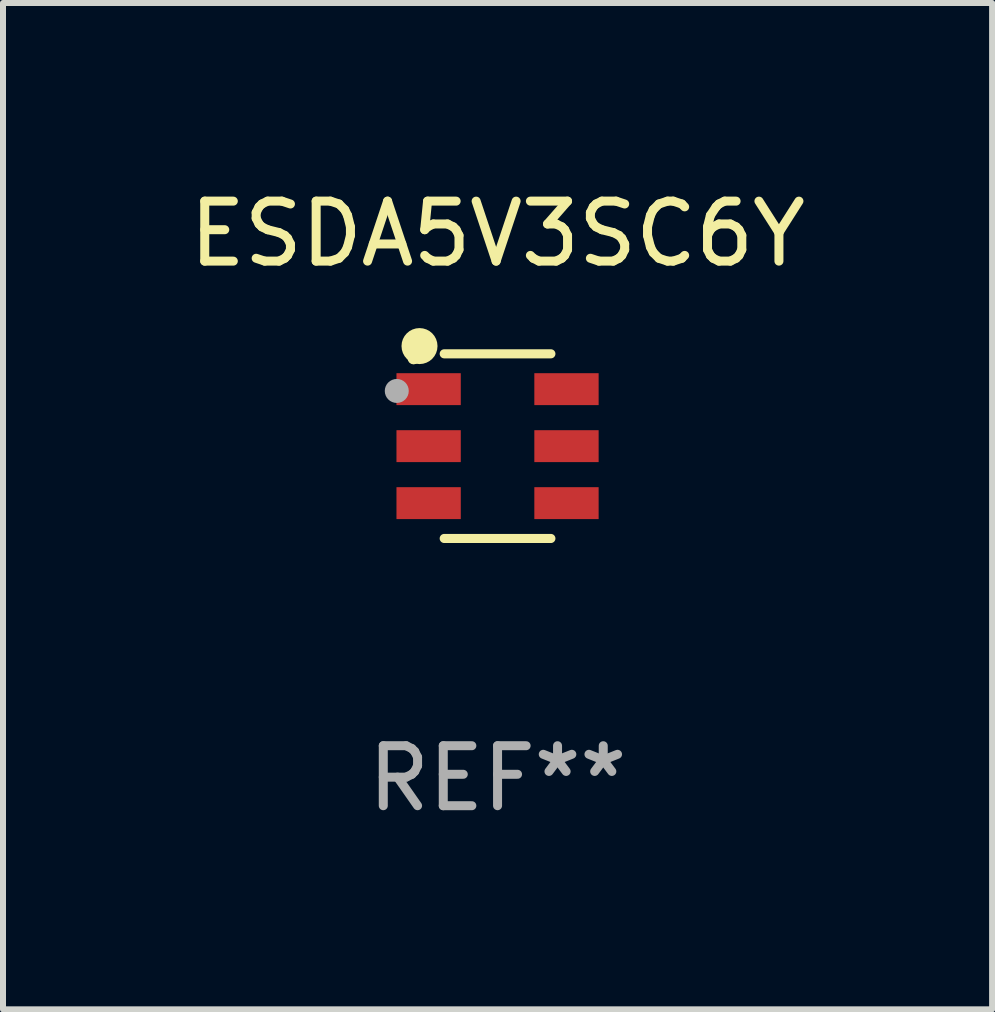
<source format=kicad_pcb>
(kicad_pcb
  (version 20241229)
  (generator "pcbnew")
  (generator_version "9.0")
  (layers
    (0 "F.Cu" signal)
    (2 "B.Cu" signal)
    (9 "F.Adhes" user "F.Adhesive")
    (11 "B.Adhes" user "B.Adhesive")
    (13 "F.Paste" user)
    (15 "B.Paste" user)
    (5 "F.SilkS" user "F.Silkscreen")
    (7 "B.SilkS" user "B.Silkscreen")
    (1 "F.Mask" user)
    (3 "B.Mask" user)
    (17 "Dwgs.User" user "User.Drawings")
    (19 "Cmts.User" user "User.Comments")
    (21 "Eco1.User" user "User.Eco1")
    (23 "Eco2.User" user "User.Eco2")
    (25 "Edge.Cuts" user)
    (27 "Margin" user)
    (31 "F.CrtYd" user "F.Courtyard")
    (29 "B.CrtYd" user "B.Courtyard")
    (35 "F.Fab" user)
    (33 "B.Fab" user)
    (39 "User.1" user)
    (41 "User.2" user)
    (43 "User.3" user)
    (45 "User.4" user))
  (footprint "ESDA5V3SC6Y"
    (layer "F.Cu")
    (at 5.244 4.387)
    (property "Reference" "ESDA5V3SC6Y" (at 0 -3.539 0) (layer "F.SilkS") (effects (font (size 1 1) (thickness 0.15))))
    (attr through_hole)
    (fp_line (start -0.889 -1.539) (end 0.889 -1.539) (stroke (width 0.152) (type solid)) (layer "F.SilkS"))
    (fp_line (start -0.889 1.539) (end 0.889 1.539) (stroke (width 0.152) (type solid)) (layer "F.SilkS"))
    (fp_circle (center -1.4 -1.463) (end -1.35 -1.463) (stroke (width 0.1) (type solid)) (fill no) (layer "F.SilkS"))
    (fp_circle (center -1.301 -1.668) (end -1.151 -1.668) (stroke (width 0.3) (type solid)) (fill no) (layer "F.SilkS"))
    (fp_circle (center -1.68 -0.92) (end -1.58 -0.92) (stroke (width 0.2) (type solid)) (fill no) (layer "F.Fab"))
    (fp_text user "REF**" (at 0 5.539 0) (layer "F.Fab") (effects (font (size 1 1) (thickness 0.15))))
    (pad "1" smd rect (at -1.149 -0.95 270) (size 0.532 1.072) (layers "F.Cu" "F.Mask" "F.Paste"))
    (pad "2" smd rect (at -1.149 0.000102 270) (size 0.532 1.072) (layers "F.Cu" "F.Mask" "F.Paste"))
    (pad "3" smd rect (at -1.149 0.95 270) (size 0.532 1.072) (layers "F.Cu" "F.Mask" "F.Paste"))
    (pad "4" smd rect (at 1.149 0.95 270) (size 0.532 1.072) (layers "F.Cu" "F.Mask" "F.Paste"))
    (pad "5" smd rect (at 1.149 0.000102 270) (size 0.532 1.072) (layers "F.Cu" "F.Mask" "F.Paste"))
    (pad "6" smd rect (at 1.149 -0.95 270) (size 0.532 1.072) (layers "F.Cu" "F.Mask" "F.Paste")))
  (gr_rect
    (start -3 -3)
    (end 13.488 13.775)
    (stroke (width 0.1) (type default))
    (fill no)
    (layer "Edge.Cuts")))
</source>
